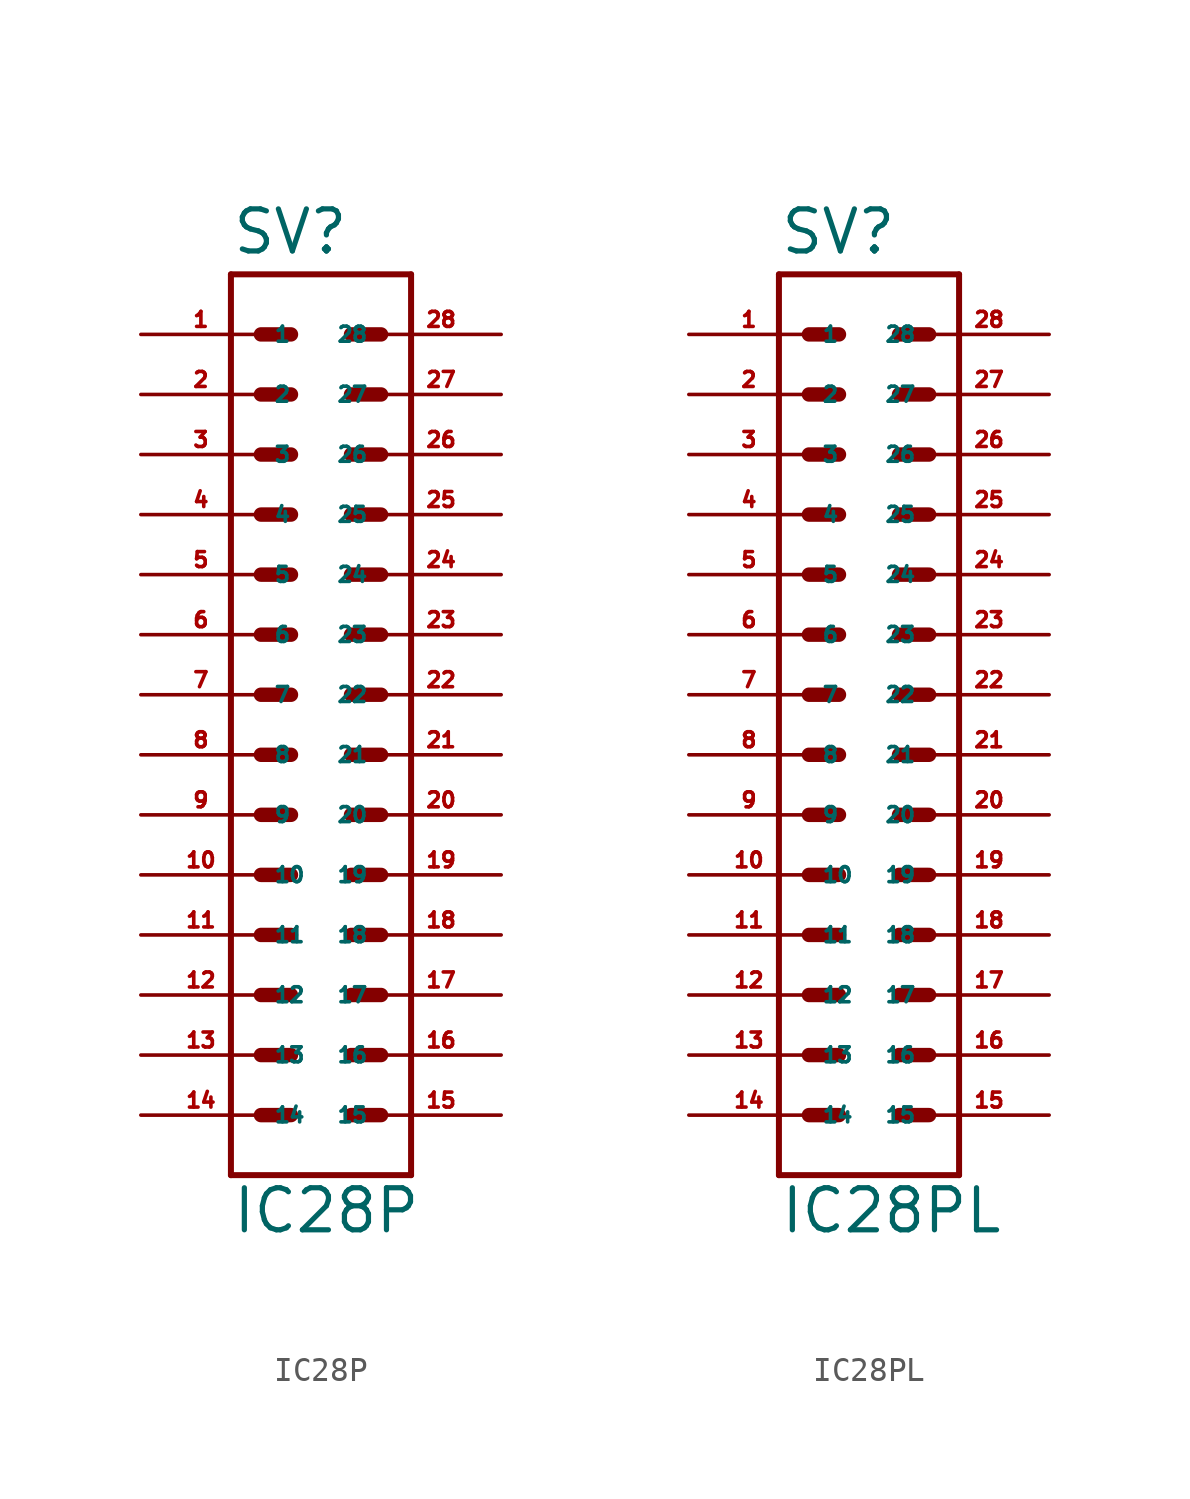
<source format=kicad_sym>
(kicad_symbol_lib
  (version 20220914)
  (generator Eagle2Kicad)
  (symbol "IC28P"
    (property "Reference" "SV"
      (at -3.81 18.542 0)
      (effects (font (size 1.778 1.778) (thickness 0.22)) (justify left bottom)))
    (property "Value" "IC28P"
      (at -3.81 -22.86 0)
      (effects (font (size 1.778 1.778) (thickness 0.22)) (justify left bottom)))
    (polyline
      (pts (xy 3.81 17.78) (xy -3.81 17.78))
      (stroke (width 0.254) (type default))
      (fill (type none)))
    (polyline
      (pts (xy -3.81 -20.32) (xy -3.81 17.78))
      (stroke (width 0.254) (type default))
      (fill (type none)))
    (polyline
      (pts (xy -3.81 -20.32) (xy 3.81 -20.32))
      (stroke (width 0.254) (type default))
      (fill (type none)))
    (polyline
      (pts (xy 3.81 17.78) (xy 3.81 -20.32))
      (stroke (width 0.254) (type default))
      (fill (type none)))
    (polyline
      (pts (xy -2.54 15.24) (xy -1.27 15.24))
      (stroke (width 0.61) (type default))
      (fill (type none)))
    (polyline
      (pts (xy -2.54 12.7) (xy -1.27 12.7))
      (stroke (width 0.61) (type default))
      (fill (type none)))
    (polyline
      (pts (xy -2.54 10.16) (xy -1.27 10.16))
      (stroke (width 0.61) (type default))
      (fill (type none)))
    (polyline
      (pts (xy -2.54 7.62) (xy -1.27 7.62))
      (stroke (width 0.61) (type default))
      (fill (type none)))
    (polyline
      (pts (xy -2.54 5.08) (xy -1.27 5.08))
      (stroke (width 0.61) (type default))
      (fill (type none)))
    (polyline
      (pts (xy -2.54 2.54) (xy -1.27 2.54))
      (stroke (width 0.61) (type default))
      (fill (type none)))
    (polyline
      (pts (xy -2.54 0) (xy -1.27 0))
      (stroke (width 0.61) (type default))
      (fill (type none)))
    (polyline
      (pts (xy -2.54 -2.54) (xy -1.27 -2.54))
      (stroke (width 0.61) (type default))
      (fill (type none)))
    (polyline
      (pts (xy -2.54 -10.16) (xy -1.27 -10.16))
      (stroke (width 0.61) (type default))
      (fill (type none)))
    (polyline
      (pts (xy -2.54 -7.62) (xy -1.27 -7.62))
      (stroke (width 0.61) (type default))
      (fill (type none)))
    (polyline
      (pts (xy -2.54 -5.08) (xy -1.27 -5.08))
      (stroke (width 0.61) (type default))
      (fill (type none)))
    (polyline
      (pts (xy -2.54 -12.7) (xy -1.27 -12.7))
      (stroke (width 0.61) (type default))
      (fill (type none)))
    (polyline
      (pts (xy 2.54 -12.7) (xy 1.27 -12.7))
      (stroke (width 0.61) (type default))
      (fill (type none)))
    (polyline
      (pts (xy 2.54 -10.16) (xy 1.27 -10.16))
      (stroke (width 0.61) (type default))
      (fill (type none)))
    (polyline
      (pts (xy 2.54 -7.62) (xy 1.27 -7.62))
      (stroke (width 0.61) (type default))
      (fill (type none)))
    (polyline
      (pts (xy 2.54 -5.08) (xy 1.27 -5.08))
      (stroke (width 0.61) (type default))
      (fill (type none)))
    (polyline
      (pts (xy 2.54 -2.54) (xy 1.27 -2.54))
      (stroke (width 0.61) (type default))
      (fill (type none)))
    (polyline
      (pts (xy 2.54 0) (xy 1.27 0))
      (stroke (width 0.61) (type default))
      (fill (type none)))
    (polyline
      (pts (xy 2.54 2.54) (xy 1.27 2.54))
      (stroke (width 0.61) (type default))
      (fill (type none)))
    (polyline
      (pts (xy 2.54 5.08) (xy 1.27 5.08))
      (stroke (width 0.61) (type default))
      (fill (type none)))
    (polyline
      (pts (xy 2.54 7.62) (xy 1.27 7.62))
      (stroke (width 0.61) (type default))
      (fill (type none)))
    (polyline
      (pts (xy 2.54 10.16) (xy 1.27 10.16))
      (stroke (width 0.61) (type default))
      (fill (type none)))
    (polyline
      (pts (xy 2.54 12.7) (xy 1.27 12.7))
      (stroke (width 0.61) (type default))
      (fill (type none)))
    (polyline
      (pts (xy 2.54 15.24) (xy 1.27 15.24))
      (stroke (width 0.61) (type default))
      (fill (type none)))
    (polyline
      (pts (xy -2.54 -15.24) (xy -1.27 -15.24))
      (stroke (width 0.61) (type default))
      (fill (type none)))
    (polyline
      (pts (xy -2.54 -17.78) (xy -1.27 -17.78))
      (stroke (width 0.61) (type default))
      (fill (type none)))
    (polyline
      (pts (xy 2.54 -17.78) (xy 1.27 -17.78))
      (stroke (width 0.61) (type default))
      (fill (type none)))
    (polyline
      (pts (xy 2.54 -15.24) (xy 1.27 -15.24))
      (stroke (width 0.61) (type default))
      (fill (type none)))
    (pin passive line
      (at -7.62 -10.16 0)
      (length 5.08)
      (name "11" (effects (font (size 0.635 0.635) (thickness 0.08)) (justify left bottom)))
      (number "11" (effects (font (size 0.635 0.635) (thickness 0.08)) (justify left bottom))))
    (pin passive line
      (at -7.62 -5.08 0)
      (length 5.08)
      (name "9" (effects (font (size 0.635 0.635) (thickness 0.08)) (justify left bottom)))
      (number "9" (effects (font (size 0.635 0.635) (thickness 0.08)) (justify left bottom))))
    (pin passive line
      (at -7.62 0 0)
      (length 5.08)
      (name "7" (effects (font (size 0.635 0.635) (thickness 0.08)) (justify left bottom)))
      (number "7" (effects (font (size 0.635 0.635) (thickness 0.08)) (justify left bottom))))
    (pin passive line
      (at -7.62 5.08 0)
      (length 5.08)
      (name "5" (effects (font (size 0.635 0.635) (thickness 0.08)) (justify left bottom)))
      (number "5" (effects (font (size 0.635 0.635) (thickness 0.08)) (justify left bottom))))
    (pin passive line
      (at -7.62 10.16 0)
      (length 5.08)
      (name "3" (effects (font (size 0.635 0.635) (thickness 0.08)) (justify left bottom)))
      (number "3" (effects (font (size 0.635 0.635) (thickness 0.08)) (justify left bottom))))
    (pin passive line
      (at -7.62 15.24 0)
      (length 5.08)
      (name "1" (effects (font (size 0.635 0.635) (thickness 0.08)) (justify left bottom)))
      (number "1" (effects (font (size 0.635 0.635) (thickness 0.08)) (justify left bottom))))
    (pin passive line
      (at -7.62 -7.62 0)
      (length 5.08)
      (name "10" (effects (font (size 0.635 0.635) (thickness 0.08)) (justify left bottom)))
      (number "10" (effects (font (size 0.635 0.635) (thickness 0.08)) (justify left bottom))))
    (pin passive line
      (at -7.62 -2.54 0)
      (length 5.08)
      (name "8" (effects (font (size 0.635 0.635) (thickness 0.08)) (justify left bottom)))
      (number "8" (effects (font (size 0.635 0.635) (thickness 0.08)) (justify left bottom))))
    (pin passive line
      (at -7.62 2.54 0)
      (length 5.08)
      (name "6" (effects (font (size 0.635 0.635) (thickness 0.08)) (justify left bottom)))
      (number "6" (effects (font (size 0.635 0.635) (thickness 0.08)) (justify left bottom))))
    (pin passive line
      (at -7.62 7.62 0)
      (length 5.08)
      (name "4" (effects (font (size 0.635 0.635) (thickness 0.08)) (justify left bottom)))
      (number "4" (effects (font (size 0.635 0.635) (thickness 0.08)) (justify left bottom))))
    (pin passive line
      (at -7.62 12.7 0)
      (length 5.08)
      (name "2" (effects (font (size 0.635 0.635) (thickness 0.08)) (justify left bottom)))
      (number "2" (effects (font (size 0.635 0.635) (thickness 0.08)) (justify left bottom))))
    (pin passive line
      (at -7.62 -12.7 0)
      (length 5.08)
      (name "12" (effects (font (size 0.635 0.635) (thickness 0.08)) (justify left bottom)))
      (number "12" (effects (font (size 0.635 0.635) (thickness 0.08)) (justify left bottom))))
    (pin passive line
      (at -7.62 -15.24 0)
      (length 5.08)
      (name "13" (effects (font (size 0.635 0.635) (thickness 0.08)) (justify left bottom)))
      (number "13" (effects (font (size 0.635 0.635) (thickness 0.08)) (justify left bottom))))
    (pin passive line
      (at -7.62 -17.78 0)
      (length 5.08)
      (name "14" (effects (font (size 0.635 0.635) (thickness 0.08)) (justify left bottom)))
      (number "14" (effects (font (size 0.635 0.635) (thickness 0.08)) (justify left bottom))))
    (pin passive line
      (at 7.62 -17.78 180)
      (length 5.08)
      (name "15" (effects (font (size 0.635 0.635) (thickness 0.08)) (justify left bottom)))
      (number "15" (effects (font (size 0.635 0.635) (thickness 0.08)) (justify left bottom))))
    (pin passive line
      (at 7.62 -15.24 180)
      (length 5.08)
      (name "16" (effects (font (size 0.635 0.635) (thickness 0.08)) (justify left bottom)))
      (number "16" (effects (font (size 0.635 0.635) (thickness 0.08)) (justify left bottom))))
    (pin passive line
      (at 7.62 -12.7 180)
      (length 5.08)
      (name "17" (effects (font (size 0.635 0.635) (thickness 0.08)) (justify left bottom)))
      (number "17" (effects (font (size 0.635 0.635) (thickness 0.08)) (justify left bottom))))
    (pin passive line
      (at 7.62 -10.16 180)
      (length 5.08)
      (name "18" (effects (font (size 0.635 0.635) (thickness 0.08)) (justify left bottom)))
      (number "18" (effects (font (size 0.635 0.635) (thickness 0.08)) (justify left bottom))))
    (pin passive line
      (at 7.62 -7.62 180)
      (length 5.08)
      (name "19" (effects (font (size 0.635 0.635) (thickness 0.08)) (justify left bottom)))
      (number "19" (effects (font (size 0.635 0.635) (thickness 0.08)) (justify left bottom))))
    (pin passive line
      (at 7.62 -5.08 180)
      (length 5.08)
      (name "20" (effects (font (size 0.635 0.635) (thickness 0.08)) (justify left bottom)))
      (number "20" (effects (font (size 0.635 0.635) (thickness 0.08)) (justify left bottom))))
    (pin passive line
      (at 7.62 -2.54 180)
      (length 5.08)
      (name "21" (effects (font (size 0.635 0.635) (thickness 0.08)) (justify left bottom)))
      (number "21" (effects (font (size 0.635 0.635) (thickness 0.08)) (justify left bottom))))
    (pin passive line
      (at 7.62 0 180)
      (length 5.08)
      (name "22" (effects (font (size 0.635 0.635) (thickness 0.08)) (justify left bottom)))
      (number "22" (effects (font (size 0.635 0.635) (thickness 0.08)) (justify left bottom))))
    (pin passive line
      (at 7.62 2.54 180)
      (length 5.08)
      (name "23" (effects (font (size 0.635 0.635) (thickness 0.08)) (justify left bottom)))
      (number "23" (effects (font (size 0.635 0.635) (thickness 0.08)) (justify left bottom))))
    (pin passive line
      (at 7.62 5.08 180)
      (length 5.08)
      (name "24" (effects (font (size 0.635 0.635) (thickness 0.08)) (justify left bottom)))
      (number "24" (effects (font (size 0.635 0.635) (thickness 0.08)) (justify left bottom))))
    (pin passive line
      (at 7.62 7.62 180)
      (length 5.08)
      (name "25" (effects (font (size 0.635 0.635) (thickness 0.08)) (justify left bottom)))
      (number "25" (effects (font (size 0.635 0.635) (thickness 0.08)) (justify left bottom))))
    (pin passive line
      (at 7.62 10.16 180)
      (length 5.08)
      (name "26" (effects (font (size 0.635 0.635) (thickness 0.08)) (justify left bottom)))
      (number "26" (effects (font (size 0.635 0.635) (thickness 0.08)) (justify left bottom))))
    (pin passive line
      (at 7.62 12.7 180)
      (length 5.08)
      (name "27" (effects (font (size 0.635 0.635) (thickness 0.08)) (justify left bottom)))
      (number "27" (effects (font (size 0.635 0.635) (thickness 0.08)) (justify left bottom))))
    (pin passive line
      (at 7.62 15.24 180)
      (length 5.08)
      (name "28" (effects (font (size 0.635 0.635) (thickness 0.08)) (justify left bottom)))
      (number "28" (effects (font (size 0.635 0.635) (thickness 0.08)) (justify left bottom)))))
  (symbol "IC28PL"
    (property "Reference" "SV"
      (at -3.81 18.542 0)
      (effects (font (size 1.778 1.778) (thickness 0.22)) (justify left bottom)))
    (property "Value" "IC28PL"
      (at -3.81 -22.86 0)
      (effects (font (size 1.778 1.778) (thickness 0.22)) (justify left bottom)))
    (polyline
      (pts (xy 3.81 17.78) (xy -3.81 17.78))
      (stroke (width 0.254) (type default))
      (fill (type none)))
    (polyline
      (pts (xy -3.81 -20.32) (xy -3.81 17.78))
      (stroke (width 0.254) (type default))
      (fill (type none)))
    (polyline
      (pts (xy -3.81 -20.32) (xy 3.81 -20.32))
      (stroke (width 0.254) (type default))
      (fill (type none)))
    (polyline
      (pts (xy 3.81 17.78) (xy 3.81 -20.32))
      (stroke (width 0.254) (type default))
      (fill (type none)))
    (polyline
      (pts (xy -2.54 15.24) (xy -1.27 15.24))
      (stroke (width 0.61) (type default))
      (fill (type none)))
    (polyline
      (pts (xy -2.54 12.7) (xy -1.27 12.7))
      (stroke (width 0.61) (type default))
      (fill (type none)))
    (polyline
      (pts (xy -2.54 10.16) (xy -1.27 10.16))
      (stroke (width 0.61) (type default))
      (fill (type none)))
    (polyline
      (pts (xy -2.54 7.62) (xy -1.27 7.62))
      (stroke (width 0.61) (type default))
      (fill (type none)))
    (polyline
      (pts (xy -2.54 5.08) (xy -1.27 5.08))
      (stroke (width 0.61) (type default))
      (fill (type none)))
    (polyline
      (pts (xy -2.54 2.54) (xy -1.27 2.54))
      (stroke (width 0.61) (type default))
      (fill (type none)))
    (polyline
      (pts (xy -2.54 0) (xy -1.27 0))
      (stroke (width 0.61) (type default))
      (fill (type none)))
    (polyline
      (pts (xy -2.54 -2.54) (xy -1.27 -2.54))
      (stroke (width 0.61) (type default))
      (fill (type none)))
    (polyline
      (pts (xy -2.54 -10.16) (xy -1.27 -10.16))
      (stroke (width 0.61) (type default))
      (fill (type none)))
    (polyline
      (pts (xy -2.54 -7.62) (xy -1.27 -7.62))
      (stroke (width 0.61) (type default))
      (fill (type none)))
    (polyline
      (pts (xy -2.54 -5.08) (xy -1.27 -5.08))
      (stroke (width 0.61) (type default))
      (fill (type none)))
    (polyline
      (pts (xy -2.54 -12.7) (xy -1.27 -12.7))
      (stroke (width 0.61) (type default))
      (fill (type none)))
    (polyline
      (pts (xy 2.54 -12.7) (xy 1.27 -12.7))
      (stroke (width 0.61) (type default))
      (fill (type none)))
    (polyline
      (pts (xy 2.54 -10.16) (xy 1.27 -10.16))
      (stroke (width 0.61) (type default))
      (fill (type none)))
    (polyline
      (pts (xy 2.54 -7.62) (xy 1.27 -7.62))
      (stroke (width 0.61) (type default))
      (fill (type none)))
    (polyline
      (pts (xy 2.54 -5.08) (xy 1.27 -5.08))
      (stroke (width 0.61) (type default))
      (fill (type none)))
    (polyline
      (pts (xy 2.54 -2.54) (xy 1.27 -2.54))
      (stroke (width 0.61) (type default))
      (fill (type none)))
    (polyline
      (pts (xy 2.54 0) (xy 1.27 0))
      (stroke (width 0.61) (type default))
      (fill (type none)))
    (polyline
      (pts (xy 2.54 2.54) (xy 1.27 2.54))
      (stroke (width 0.61) (type default))
      (fill (type none)))
    (polyline
      (pts (xy 2.54 5.08) (xy 1.27 5.08))
      (stroke (width 0.61) (type default))
      (fill (type none)))
    (polyline
      (pts (xy 2.54 7.62) (xy 1.27 7.62))
      (stroke (width 0.61) (type default))
      (fill (type none)))
    (polyline
      (pts (xy 2.54 10.16) (xy 1.27 10.16))
      (stroke (width 0.61) (type default))
      (fill (type none)))
    (polyline
      (pts (xy 2.54 12.7) (xy 1.27 12.7))
      (stroke (width 0.61) (type default))
      (fill (type none)))
    (polyline
      (pts (xy 2.54 15.24) (xy 1.27 15.24))
      (stroke (width 0.61) (type default))
      (fill (type none)))
    (polyline
      (pts (xy -2.54 -15.24) (xy -1.27 -15.24))
      (stroke (width 0.61) (type default))
      (fill (type none)))
    (polyline
      (pts (xy -2.54 -17.78) (xy -1.27 -17.78))
      (stroke (width 0.61) (type default))
      (fill (type none)))
    (polyline
      (pts (xy 2.54 -17.78) (xy 1.27 -17.78))
      (stroke (width 0.61) (type default))
      (fill (type none)))
    (polyline
      (pts (xy 2.54 -15.24) (xy 1.27 -15.24))
      (stroke (width 0.61) (type default))
      (fill (type none)))
    (pin passive line
      (at -7.62 -10.16 0)
      (length 5.08)
      (name "11" (effects (font (size 0.635 0.635) (thickness 0.08)) (justify left bottom)))
      (number "11" (effects (font (size 0.635 0.635) (thickness 0.08)) (justify left bottom))))
    (pin passive line
      (at -7.62 -5.08 0)
      (length 5.08)
      (name "9" (effects (font (size 0.635 0.635) (thickness 0.08)) (justify left bottom)))
      (number "9" (effects (font (size 0.635 0.635) (thickness 0.08)) (justify left bottom))))
    (pin passive line
      (at -7.62 0 0)
      (length 5.08)
      (name "7" (effects (font (size 0.635 0.635) (thickness 0.08)) (justify left bottom)))
      (number "7" (effects (font (size 0.635 0.635) (thickness 0.08)) (justify left bottom))))
    (pin passive line
      (at -7.62 5.08 0)
      (length 5.08)
      (name "5" (effects (font (size 0.635 0.635) (thickness 0.08)) (justify left bottom)))
      (number "5" (effects (font (size 0.635 0.635) (thickness 0.08)) (justify left bottom))))
    (pin passive line
      (at -7.62 10.16 0)
      (length 5.08)
      (name "3" (effects (font (size 0.635 0.635) (thickness 0.08)) (justify left bottom)))
      (number "3" (effects (font (size 0.635 0.635) (thickness 0.08)) (justify left bottom))))
    (pin passive line
      (at -7.62 15.24 0)
      (length 5.08)
      (name "1" (effects (font (size 0.635 0.635) (thickness 0.08)) (justify left bottom)))
      (number "1" (effects (font (size 0.635 0.635) (thickness 0.08)) (justify left bottom))))
    (pin passive line
      (at -7.62 -7.62 0)
      (length 5.08)
      (name "10" (effects (font (size 0.635 0.635) (thickness 0.08)) (justify left bottom)))
      (number "10" (effects (font (size 0.635 0.635) (thickness 0.08)) (justify left bottom))))
    (pin passive line
      (at -7.62 -2.54 0)
      (length 5.08)
      (name "8" (effects (font (size 0.635 0.635) (thickness 0.08)) (justify left bottom)))
      (number "8" (effects (font (size 0.635 0.635) (thickness 0.08)) (justify left bottom))))
    (pin passive line
      (at -7.62 2.54 0)
      (length 5.08)
      (name "6" (effects (font (size 0.635 0.635) (thickness 0.08)) (justify left bottom)))
      (number "6" (effects (font (size 0.635 0.635) (thickness 0.08)) (justify left bottom))))
    (pin passive line
      (at -7.62 7.62 0)
      (length 5.08)
      (name "4" (effects (font (size 0.635 0.635) (thickness 0.08)) (justify left bottom)))
      (number "4" (effects (font (size 0.635 0.635) (thickness 0.08)) (justify left bottom))))
    (pin passive line
      (at -7.62 12.7 0)
      (length 5.08)
      (name "2" (effects (font (size 0.635 0.635) (thickness 0.08)) (justify left bottom)))
      (number "2" (effects (font (size 0.635 0.635) (thickness 0.08)) (justify left bottom))))
    (pin passive line
      (at -7.62 -12.7 0)
      (length 5.08)
      (name "12" (effects (font (size 0.635 0.635) (thickness 0.08)) (justify left bottom)))
      (number "12" (effects (font (size 0.635 0.635) (thickness 0.08)) (justify left bottom))))
    (pin passive line
      (at -7.62 -15.24 0)
      (length 5.08)
      (name "13" (effects (font (size 0.635 0.635) (thickness 0.08)) (justify left bottom)))
      (number "13" (effects (font (size 0.635 0.635) (thickness 0.08)) (justify left bottom))))
    (pin passive line
      (at -7.62 -17.78 0)
      (length 5.08)
      (name "14" (effects (font (size 0.635 0.635) (thickness 0.08)) (justify left bottom)))
      (number "14" (effects (font (size 0.635 0.635) (thickness 0.08)) (justify left bottom))))
    (pin passive line
      (at 7.62 -17.78 180)
      (length 5.08)
      (name "15" (effects (font (size 0.635 0.635) (thickness 0.08)) (justify left bottom)))
      (number "15" (effects (font (size 0.635 0.635) (thickness 0.08)) (justify left bottom))))
    (pin passive line
      (at 7.62 -15.24 180)
      (length 5.08)
      (name "16" (effects (font (size 0.635 0.635) (thickness 0.08)) (justify left bottom)))
      (number "16" (effects (font (size 0.635 0.635) (thickness 0.08)) (justify left bottom))))
    (pin passive line
      (at 7.62 -12.7 180)
      (length 5.08)
      (name "17" (effects (font (size 0.635 0.635) (thickness 0.08)) (justify left bottom)))
      (number "17" (effects (font (size 0.635 0.635) (thickness 0.08)) (justify left bottom))))
    (pin passive line
      (at 7.62 -10.16 180)
      (length 5.08)
      (name "18" (effects (font (size 0.635 0.635) (thickness 0.08)) (justify left bottom)))
      (number "18" (effects (font (size 0.635 0.635) (thickness 0.08)) (justify left bottom))))
    (pin passive line
      (at 7.62 -7.62 180)
      (length 5.08)
      (name "19" (effects (font (size 0.635 0.635) (thickness 0.08)) (justify left bottom)))
      (number "19" (effects (font (size 0.635 0.635) (thickness 0.08)) (justify left bottom))))
    (pin passive line
      (at 7.62 -5.08 180)
      (length 5.08)
      (name "20" (effects (font (size 0.635 0.635) (thickness 0.08)) (justify left bottom)))
      (number "20" (effects (font (size 0.635 0.635) (thickness 0.08)) (justify left bottom))))
    (pin passive line
      (at 7.62 -2.54 180)
      (length 5.08)
      (name "21" (effects (font (size 0.635 0.635) (thickness 0.08)) (justify left bottom)))
      (number "21" (effects (font (size 0.635 0.635) (thickness 0.08)) (justify left bottom))))
    (pin passive line
      (at 7.62 0 180)
      (length 5.08)
      (name "22" (effects (font (size 0.635 0.635) (thickness 0.08)) (justify left bottom)))
      (number "22" (effects (font (size 0.635 0.635) (thickness 0.08)) (justify left bottom))))
    (pin passive line
      (at 7.62 2.54 180)
      (length 5.08)
      (name "23" (effects (font (size 0.635 0.635) (thickness 0.08)) (justify left bottom)))
      (number "23" (effects (font (size 0.635 0.635) (thickness 0.08)) (justify left bottom))))
    (pin passive line
      (at 7.62 5.08 180)
      (length 5.08)
      (name "24" (effects (font (size 0.635 0.635) (thickness 0.08)) (justify left bottom)))
      (number "24" (effects (font (size 0.635 0.635) (thickness 0.08)) (justify left bottom))))
    (pin passive line
      (at 7.62 7.62 180)
      (length 5.08)
      (name "25" (effects (font (size 0.635 0.635) (thickness 0.08)) (justify left bottom)))
      (number "25" (effects (font (size 0.635 0.635) (thickness 0.08)) (justify left bottom))))
    (pin passive line
      (at 7.62 10.16 180)
      (length 5.08)
      (name "26" (effects (font (size 0.635 0.635) (thickness 0.08)) (justify left bottom)))
      (number "26" (effects (font (size 0.635 0.635) (thickness 0.08)) (justify left bottom))))
    (pin passive line
      (at 7.62 12.7 180)
      (length 5.08)
      (name "27" (effects (font (size 0.635 0.635) (thickness 0.08)) (justify left bottom)))
      (number "27" (effects (font (size 0.635 0.635) (thickness 0.08)) (justify left bottom))))
    (pin passive line
      (at 7.62 15.24 180)
      (length 5.08)
      (name "28" (effects (font (size 0.635 0.635) (thickness 0.08)) (justify left bottom)))
      (number "28" (effects (font (size 0.635 0.635) (thickness 0.08)) (justify left bottom))))))
</source>
